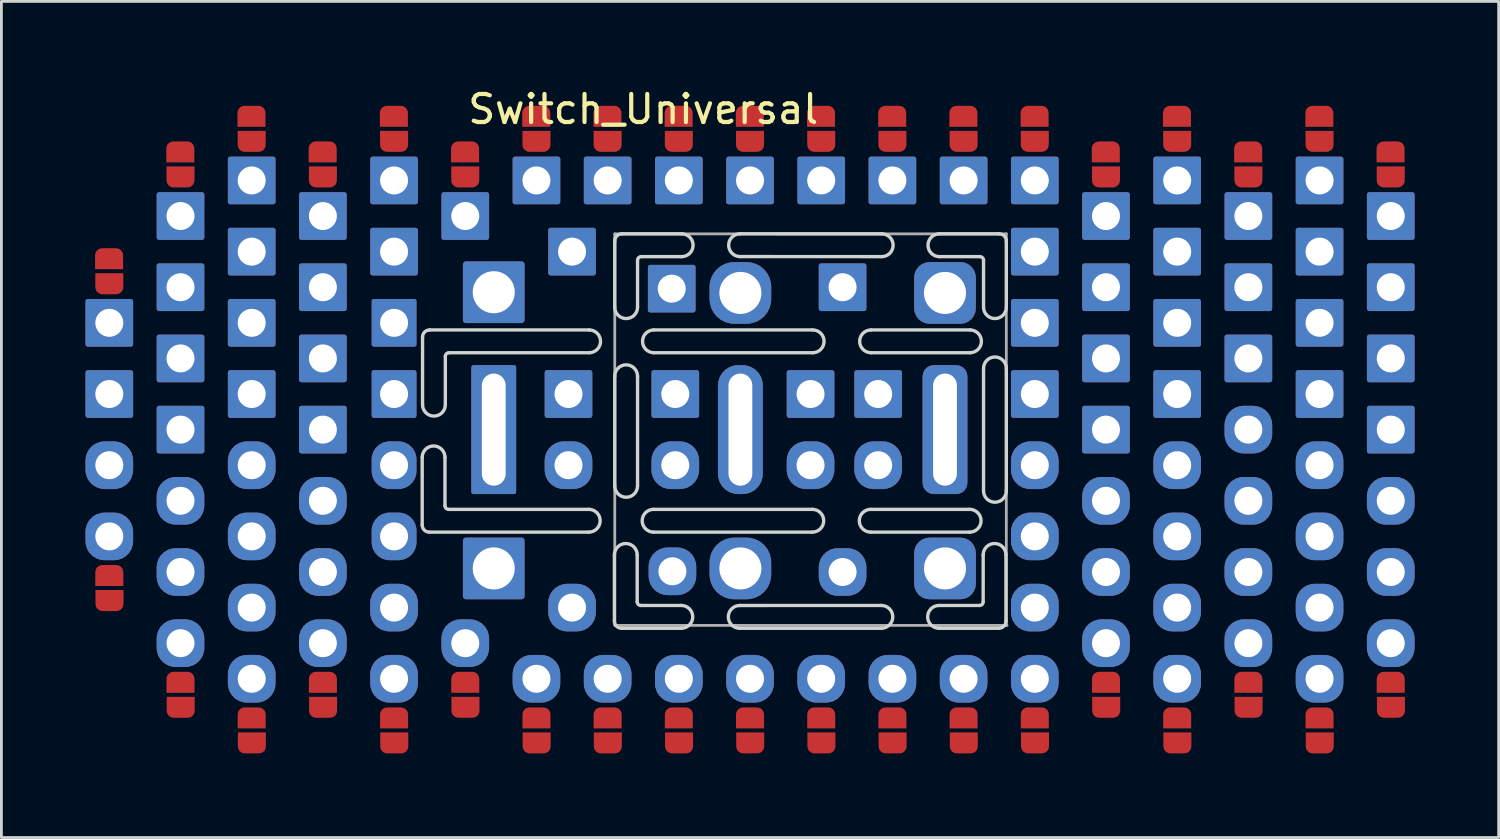
<source format=kicad_pcb>
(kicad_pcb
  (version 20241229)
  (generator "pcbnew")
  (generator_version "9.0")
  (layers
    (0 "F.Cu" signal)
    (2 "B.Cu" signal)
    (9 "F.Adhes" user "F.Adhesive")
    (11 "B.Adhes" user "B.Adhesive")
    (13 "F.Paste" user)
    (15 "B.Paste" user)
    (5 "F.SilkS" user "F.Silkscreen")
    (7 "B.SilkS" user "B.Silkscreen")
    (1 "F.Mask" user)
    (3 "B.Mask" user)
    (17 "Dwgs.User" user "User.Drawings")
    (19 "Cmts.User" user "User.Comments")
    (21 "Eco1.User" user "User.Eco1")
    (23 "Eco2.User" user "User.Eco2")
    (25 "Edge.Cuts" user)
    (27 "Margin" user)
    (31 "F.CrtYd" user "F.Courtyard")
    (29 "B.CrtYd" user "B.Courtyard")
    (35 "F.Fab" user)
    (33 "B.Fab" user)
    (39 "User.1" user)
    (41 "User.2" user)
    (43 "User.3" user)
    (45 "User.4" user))
  (footprint "Switch_Universal"
    (layer "F.Cu")
    (at 18.63 12.278)
    (property "Reference" "Switch_Universal" (at 1.27 -11.43 0) (unlocked yes) (layer "F.SilkS") (effects (font (size 1 1) (thickness 0.15))))
    (attr through_hole)
    (fp_rect (start -18.199 5.842) (end -17.361 5.436) (stroke (width 0.01) (type solid)) (fill yes) (layer "F.Mask"))
    (fp_rect (start -17.361 -5.842) (end -18.199 -5.436) (stroke (width 0.01) (type solid)) (fill yes) (layer "F.Mask"))
    (fp_rect (start -15.659 9.652) (end -14.821 9.246) (stroke (width 0.01) (type solid)) (fill yes) (layer "F.Mask"))
    (fp_rect (start -14.821 -9.652) (end -15.659 -9.246) (stroke (width 0.01) (type solid)) (fill yes) (layer "F.Mask"))
    (fp_rect (start -13.119 10.922) (end -12.281 10.516) (stroke (width 0.01) (type solid)) (fill yes) (layer "F.Mask"))
    (fp_rect (start -12.281 -10.922) (end -13.119 -10.516) (stroke (width 0.01) (type solid)) (fill yes) (layer "F.Mask"))
    (fp_rect (start -10.579 9.652) (end -9.741 9.246) (stroke (width 0.01) (type solid)) (fill yes) (layer "F.Mask"))
    (fp_rect (start -9.741 -9.652) (end -10.579 -9.246) (stroke (width 0.01) (type solid)) (fill yes) (layer "F.Mask"))
    (fp_rect (start -8.039 10.922) (end -7.201 10.516) (stroke (width 0.01) (type solid)) (fill yes) (layer "F.Mask"))
    (fp_rect (start -7.201 -10.922) (end -8.039 -10.516) (stroke (width 0.01) (type solid)) (fill yes) (layer "F.Mask"))
    (fp_rect (start -5.499 9.652) (end -4.661 9.246) (stroke (width 0.01) (type solid)) (fill yes) (layer "F.Mask"))
    (fp_rect (start -4.661 -9.652) (end -5.499 -9.246) (stroke (width 0.01) (type solid)) (fill yes) (layer "F.Mask"))
    (fp_rect (start -2.959 10.922) (end -2.121 10.516) (stroke (width 0.01) (type solid)) (fill yes) (layer "F.Mask"))
    (fp_rect (start -2.121 -10.922) (end -2.959 -10.516) (stroke (width 0.01) (type solid)) (fill yes) (layer "F.Mask"))
    (fp_rect (start -0.419 10.922) (end 0.419 10.516) (stroke (width 0.01) (type solid)) (fill yes) (layer "F.Mask"))
    (fp_rect (start 0.419 -10.922) (end -0.419 -10.516) (stroke (width 0.01) (type solid)) (fill yes) (layer "F.Mask"))
    (fp_rect (start 2.121 10.922) (end 2.959 10.516) (stroke (width 0.01) (type solid)) (fill yes) (layer "F.Mask"))
    (fp_rect (start 2.959 -10.922) (end 2.121 -10.516) (stroke (width 0.01) (type solid)) (fill yes) (layer "F.Mask"))
    (fp_rect (start 4.661 10.922) (end 5.499 10.516) (stroke (width 0.01) (type solid)) (fill yes) (layer "F.Mask"))
    (fp_rect (start 5.499 -10.922) (end 4.661 -10.516) (stroke (width 0.01) (type solid)) (fill yes) (layer "F.Mask"))
    (fp_rect (start 7.201 10.922) (end 8.039 10.516) (stroke (width 0.01) (type solid)) (fill yes) (layer "F.Mask"))
    (fp_rect (start 8.039 -10.922) (end 7.201 -10.516) (stroke (width 0.01) (type solid)) (fill yes) (layer "F.Mask"))
    (fp_rect (start 9.741 10.922) (end 10.579 10.516) (stroke (width 0.01) (type solid)) (fill yes) (layer "F.Mask"))
    (fp_rect (start 10.579 -10.922) (end 9.741 -10.516) (stroke (width 0.01) (type solid)) (fill yes) (layer "F.Mask"))
    (fp_rect (start 12.281 10.922) (end 13.119 10.516) (stroke (width 0.01) (type solid)) (fill yes) (layer "F.Mask"))
    (fp_rect (start 13.119 -10.922) (end 12.281 -10.516) (stroke (width 0.01) (type solid)) (fill yes) (layer "F.Mask"))
    (fp_rect (start 14.821 10.922) (end 15.659 10.516) (stroke (width 0.01) (type solid)) (fill yes) (layer "F.Mask"))
    (fp_rect (start 15.659 -10.922) (end 14.821 -10.516) (stroke (width 0.01) (type solid)) (fill yes) (layer "F.Mask"))
    (fp_rect (start 17.361 9.652) (end 18.199 9.246) (stroke (width 0.01) (type solid)) (fill yes) (layer "F.Mask"))
    (fp_rect (start 18.199 -9.652) (end 17.361 -9.246) (stroke (width 0.01) (type solid)) (fill yes) (layer "F.Mask"))
    (fp_rect (start 19.901 10.922) (end 20.739 10.516) (stroke (width 0.01) (type solid)) (fill yes) (layer "F.Mask"))
    (fp_rect (start 20.739 -10.922) (end 19.901 -10.516) (stroke (width 0.01) (type solid)) (fill yes) (layer "F.Mask"))
    (fp_rect (start 22.441 9.652) (end 23.279 9.246) (stroke (width 0.01) (type solid)) (fill yes) (layer "F.Mask"))
    (fp_rect (start 23.279 -9.652) (end 22.441 -9.246) (stroke (width 0.01) (type solid)) (fill yes) (layer "F.Mask"))
    (fp_rect (start 24.981 10.922) (end 25.819 10.516) (stroke (width 0.01) (type solid)) (fill yes) (layer "F.Mask"))
    (fp_rect (start 25.819 -10.922) (end 24.981 -10.516) (stroke (width 0.01) (type solid)) (fill yes) (layer "F.Mask"))
    (fp_rect (start 27.521 9.652) (end 28.359 9.246) (stroke (width 0.01) (type solid)) (fill yes) (layer "F.Mask"))
    (fp_rect (start 28.359 -9.652) (end 27.521 -9.246) (stroke (width 0.01) (type solid)) (fill yes) (layer "F.Mask"))
    (fp_line (start -6.617 3.404) (end -6.617 0.991) (stroke (width 0.12) (type default)) (layer "Edge.Cuts"))
    (fp_line (start -6.604 -3.302) (end -6.604 -0.889) (stroke (width 0.12) (type default)) (layer "Edge.Cuts"))
    (fp_line (start -5.804 2.718) (end -5.804 0.991) (stroke (width 0.12) (type default)) (layer "Edge.Cuts"))
    (fp_line (start -5.791 -2.616) (end -5.791 -0.889) (stroke (width 0.12) (type default)) (layer "Edge.Cuts"))
    (fp_line (start -0.673 2.845) (end -5.677 2.845) (stroke (width 0.12) (type default)) (layer "Edge.Cuts"))
    (fp_line (start -0.673 3.658) (end -6.363 3.658) (stroke (width 0.12) (type default)) (layer "Edge.Cuts"))
    (fp_line (start -0.66 -3.556) (end -6.35 -3.556) (stroke (width 0.12) (type default)) (layer "Edge.Cuts"))
    (fp_line (start -0.66 -2.743) (end -5.664 -2.743) (stroke (width 0.12) (type default)) (layer "Edge.Cuts"))
    (fp_line (start 0.241 6.833) (end 0.241 4.47) (stroke (width 0.12) (type default)) (layer "Edge.Cuts"))
    (fp_line (start 0.254 -6.731) (end 0.254 -4.369) (stroke (width 0.12) (type default)) (layer "Edge.Cuts"))
    (fp_line (start 0.254 -1.905) (end 0.254 2.007) (stroke (width 0.12) (type default)) (layer "Edge.Cuts"))
    (fp_line (start 1.054 6.147) (end 1.054 4.47) (stroke (width 0.12) (type default)) (layer "Edge.Cuts"))
    (fp_line (start 1.067 -6.045) (end 1.067 -4.369) (stroke (width 0.12) (type default)) (layer "Edge.Cuts"))
    (fp_line (start 1.067 -1.905) (end 1.067 2.007) (stroke (width 0.12) (type default)) (layer "Edge.Cuts"))
    (fp_line (start 1.638 2.845) (end 7.303 2.845) (stroke (width 0.12) (type default)) (layer "Edge.Cuts"))
    (fp_line (start 1.638 3.658) (end 7.303 3.658) (stroke (width 0.12) (type default)) (layer "Edge.Cuts"))
    (fp_line (start 1.651 -3.556) (end 7.315 -3.556) (stroke (width 0.12) (type default)) (layer "Edge.Cuts"))
    (fp_line (start 1.651 -2.743) (end 7.315 -2.743) (stroke (width 0.12) (type default)) (layer "Edge.Cuts"))
    (fp_line (start 2.629 6.274) (end 1.181 6.274) (stroke (width 0.12) (type default)) (layer "Edge.Cuts"))
    (fp_line (start 2.629 7.087) (end 0.495 7.087) (stroke (width 0.12) (type default)) (layer "Edge.Cuts"))
    (fp_line (start 2.642 -6.985) (end 0.508 -6.985) (stroke (width 0.12) (type default)) (layer "Edge.Cuts"))
    (fp_line (start 2.642 -6.172) (end 1.194 -6.172) (stroke (width 0.12) (type default)) (layer "Edge.Cuts"))
    (fp_line (start 4.712 6.275) (end 9.766 6.274) (stroke (width 0.12) (type default)) (layer "Edge.Cuts"))
    (fp_line (start 4.712 7.088) (end 9.766 7.087) (stroke (width 0.12) (type default)) (layer "Edge.Cuts"))
    (fp_line (start 4.724 -6.986) (end 9.779 -6.985) (stroke (width 0.12) (type default)) (layer "Edge.Cuts"))
    (fp_line (start 4.724 -6.174) (end 9.779 -6.172) (stroke (width 0.12) (type default)) (layer "Edge.Cuts"))
    (fp_line (start 9.385 2.845) (end 12.916 2.845) (stroke (width 0.12) (type default)) (layer "Edge.Cuts"))
    (fp_line (start 9.385 3.658) (end 12.916 3.658) (stroke (width 0.12) (type default)) (layer "Edge.Cuts"))
    (fp_line (start 9.398 -3.556) (end 12.929 -3.556) (stroke (width 0.12) (type default)) (layer "Edge.Cuts"))
    (fp_line (start 9.398 -2.743) (end 12.929 -2.743) (stroke (width 0.12) (type default)) (layer "Edge.Cuts"))
    (fp_line (start 11.824 -6.172) (end 13.284 -6.172) (stroke (width 0.12) (type default)) (layer "Edge.Cuts"))
    (fp_line (start 11.824 6.274) (end 13.271 6.274) (stroke (width 0.12) (type default)) (layer "Edge.Cuts"))
    (fp_line (start 11.824 7.087) (end 13.957 7.087) (stroke (width 0.12) (type default)) (layer "Edge.Cuts"))
    (fp_line (start 11.836 -6.985) (end 13.97 -6.985) (stroke (width 0.12) (type default)) (layer "Edge.Cuts"))
    (fp_line (start 13.398 6.147) (end 13.399 4.47) (stroke (width 0.12) (type default)) (layer "Edge.Cuts"))
    (fp_line (start 13.411 -6.045) (end 13.411 -4.369) (stroke (width 0.12) (type default)) (layer "Edge.Cuts"))
    (fp_line (start 13.411 2.184) (end 13.411 -2.184) (stroke (width 0.12) (type default)) (layer "Edge.Cuts"))
    (fp_line (start 14.211 6.833) (end 14.211 4.47) (stroke (width 0.12) (type default)) (layer "Edge.Cuts"))
    (fp_line (start 14.224 -6.731) (end 14.224 -4.369) (stroke (width 0.12) (type default)) (layer "Edge.Cuts"))
    (fp_line (start 14.224 2.184) (end 14.224 -2.184) (stroke (width 0.12) (type default)) (layer "Edge.Cuts"))
    (fp_arc (start -6.6167 0.9906) (mid -6.2103 0.5842) (end -5.8039 0.9906) (stroke (width 0.12) (type default)) (layer "Edge.Cuts"))
    (fp_arc (start -6.604 -3.302) (mid -6.529605 -3.481605) (end -6.35 -3.556) (stroke (width 0.12) (type default)) (layer "Edge.Cuts"))
    (fp_arc (start -6.3627 3.6576) (mid -6.542305 3.583205) (end -6.6167 3.4036) (stroke (width 0.12) (type default)) (layer "Edge.Cuts"))
    (fp_arc (start -5.7912 -0.889) (mid -6.1976 -0.4826) (end -6.604 -0.889) (stroke (width 0.12) (type default)) (layer "Edge.Cuts"))
    (fp_arc (start -5.791199 -2.616199) (mid -5.754002 -2.706002) (end -5.664199 -2.743199) (stroke (width 0.12) (type default)) (layer "Edge.Cuts"))
    (fp_arc (start -5.676899 2.844799) (mid -5.766702 2.807602) (end -5.803899 2.717799) (stroke (width 0.12) (type default)) (layer "Edge.Cuts"))
    (fp_arc (start -0.6731 2.8448) (mid -0.2667 3.2512) (end -0.6731 3.6576) (stroke (width 0.12) (type default)) (layer "Edge.Cuts"))
    (fp_arc (start -0.6604 -3.556) (mid -0.254 -3.1496) (end -0.6604 -2.7432) (stroke (width 0.12) (type default)) (layer "Edge.Cuts"))
    (fp_arc (start 0.2413 4.4704) (mid 0.6477 4.064) (end 1.0541 4.4704) (stroke (width 0.12) (type default)) (layer "Edge.Cuts"))
    (fp_arc (start 0.254 -6.731) (mid 0.328395 -6.910605) (end 0.508 -6.985) (stroke (width 0.12) (type default)) (layer "Edge.Cuts"))
    (fp_arc (start 0.254 -1.905) (mid 0.6604 -2.3114) (end 1.0668 -1.905) (stroke (width 0.12) (type default)) (layer "Edge.Cuts"))
    (fp_arc (start 0.4953 7.0866) (mid 0.315695 7.012205) (end 0.2413 6.8326) (stroke (width 0.12) (type default)) (layer "Edge.Cuts"))
    (fp_arc (start 1.0668 -6.0452) (mid 1.103998 -6.135003) (end 1.193802 -6.1722) (stroke (width 0.12) (type default)) (layer "Edge.Cuts"))
    (fp_arc (start 1.0668 -4.3688) (mid 0.6604 -3.9624) (end 0.254 -4.3688) (stroke (width 0.12) (type default)) (layer "Edge.Cuts"))
    (fp_arc (start 1.0668 2.0066) (mid 0.6604 2.413) (end 0.254 2.0066) (stroke (width 0.12) (type default)) (layer "Edge.Cuts"))
    (fp_arc (start 1.181102 6.273798) (mid 1.0913 6.236602) (end 1.054102 6.1468) (stroke (width 0.12) (type default)) (layer "Edge.Cuts"))
    (fp_arc (start 1.6383 3.6576) (mid 1.2319 3.2512) (end 1.6383 2.8448) (stroke (width 0.12) (type default)) (layer "Edge.Cuts"))
    (fp_arc (start 1.651 -2.7432) (mid 1.2446 -3.1496) (end 1.651 -3.556) (stroke (width 0.12) (type default)) (layer "Edge.Cuts"))
    (fp_arc (start 2.6289 6.2738) (mid 3.0353 6.6802) (end 2.6289 7.0866) (stroke (width 0.12) (type default)) (layer "Edge.Cuts"))
    (fp_arc (start 2.6416 -6.985) (mid 3.048 -6.5786) (end 2.6416 -6.1722) (stroke (width 0.12) (type default)) (layer "Edge.Cuts"))
    (fp_arc (start 4.7117 7.088) (mid 4.3053 6.6816) (end 4.7117 6.2752) (stroke (width 0.12) (type default)) (layer "Edge.Cuts"))
    (fp_arc (start 4.7244 -6.1736) (mid 4.318 -6.58) (end 4.7244 -6.9864) (stroke (width 0.12) (type default)) (layer "Edge.Cuts"))
    (fp_arc (start 7.3025 2.8448) (mid 7.7089 3.2512) (end 7.3025 3.6576) (stroke (width 0.12) (type default)) (layer "Edge.Cuts"))
    (fp_arc (start 7.3152 -3.556) (mid 7.7216 -3.1496) (end 7.3152 -2.7432) (stroke (width 0.12) (type default)) (layer "Edge.Cuts"))
    (fp_arc (start 9.3853 3.6576) (mid 8.9789 3.2512) (end 9.3853 2.8448) (stroke (width 0.12) (type default)) (layer "Edge.Cuts"))
    (fp_arc (start 9.398 -2.7432) (mid 8.9916 -3.1496) (end 9.398 -3.556) (stroke (width 0.12) (type default)) (layer "Edge.Cuts"))
    (fp_arc (start 9.7663 6.2738) (mid 10.1727 6.6802) (end 9.7663 7.0866) (stroke (width 0.12) (type default)) (layer "Edge.Cuts"))
    (fp_arc (start 9.779 -6.985) (mid 10.1854 -6.5786) (end 9.779 -6.1722) (stroke (width 0.12) (type default)) (layer "Edge.Cuts"))
    (fp_arc (start 11.8237 -6.1722) (mid 11.429851 -6.584951) (end 11.8364 -6.985198) (stroke (width 0.12) (type default)) (layer "Edge.Cuts"))
    (fp_arc (start 11.8237 7.0866) (mid 11.4173 6.6802) (end 11.8237 6.2738) (stroke (width 0.12) (type default)) (layer "Edge.Cuts"))
    (fp_arc (start 12.9159 2.8448) (mid 13.3223 3.2512) (end 12.9159 3.6576) (stroke (width 0.12) (type default)) (layer "Edge.Cuts"))
    (fp_arc (start 12.9286 -3.556) (mid 13.335 -3.1496) (end 12.9286 -2.7432) (stroke (width 0.12) (type default)) (layer "Edge.Cuts"))
    (fp_arc (start 13.284198 -6.1722) (mid 13.374002 -6.135003) (end 13.4112 -6.0452) (stroke (width 0.12) (type default)) (layer "Edge.Cuts"))
    (fp_arc (start 13.3985 4.4704) (mid 13.8049 4.064) (end 14.2113 4.4704) (stroke (width 0.12) (type default)) (layer "Edge.Cuts"))
    (fp_arc (start 13.3985 6.1468) (mid 13.361302 6.236603) (end 13.271498 6.2738) (stroke (width 0.12) (type default)) (layer "Edge.Cuts"))
    (fp_arc (start 13.4112 -2.1844) (mid 13.8176 -2.5908) (end 14.224 -2.1844) (stroke (width 0.12) (type default)) (layer "Edge.Cuts"))
    (fp_arc (start 13.97 -6.985) (mid 14.149605 -6.910605) (end 14.224 -6.731) (stroke (width 0.12) (type default)) (layer "Edge.Cuts"))
    (fp_arc (start 14.2113 6.8326) (mid 14.136905 7.012205) (end 13.9573 7.0866) (stroke (width 0.12) (type default)) (layer "Edge.Cuts"))
    (fp_arc (start 14.224 -4.3688) (mid 13.8176 -3.9624) (end 13.4112 -4.3688) (stroke (width 0.12) (type default)) (layer "Edge.Cuts"))
    (fp_arc (start 14.224 2.1844) (mid 13.8176 2.5908) (end 13.4112 2.1844) (stroke (width 0.12) (type default)) (layer "Edge.Cuts"))
    (fp_line (start 0.254 -6.985) (end 0.254 6.985) (stroke (width 0.1) (type solid)) (layer "F.Fab"))
    (fp_line (start 0.254 -6.985) (end 14.224 -6.985) (stroke (width 0.1) (type solid)) (layer "F.Fab"))
    (fp_line (start 14.224 -6.985) (end 14.224 6.985) (stroke (width 0.1) (type solid)) (layer "F.Fab"))
    (fp_line (start 14.249 6.985) (end 0.279 6.985) (stroke (width 0.1) (type solid)) (layer "F.Fab"))
    (pad "1" smd custom (at -17.787 -6.223 270) (size 0.5 0.5) (layers "F.Cu" "F.Mask") (options (anchor rect)) (primitives (gr_circle (center 0 0.25) (end 0.25 0.25) (width 0) (fill yes)) (gr_circle (center 0 -0.25) (end 0.25 -0.25) (width 0) (fill yes)) (gr_poly (pts (xy 0.5 0.5) (xy 0 0.5) (xy 0 -0.5) (xy 0.5 -0.5)) (width 0) (fill yes))))
    (pad "1" smd custom (at -17.78 -5.08 90) (size 0.5 0.5) (layers "F.Cu" "F.Mask") (options (anchor rect)) (primitives (gr_circle (center 0 0.25) (end 0.25 0.25) (width 0) (fill yes)) (gr_circle (center 0 -0.25) (end 0.25 -0.25) (width 0) (fill yes)) (gr_poly (pts (xy 0.5 0.5) (xy 0 0.5) (xy 0 -0.5) (xy 0.5 -0.5)) (width 0) (fill yes))))
    (pad "1" thru_hole roundrect (at -17.78 -3.81) (size 1.7 1.7) (drill 1) (layers "*.Cu" "*.Mask") (roundrect_rratio 0.05))
    (pad "1" thru_hole roundrect (at -17.78 -1.27) (size 1.7 1.7) (drill 1) (layers "*.Cu" "*.Mask") (roundrect_rratio 0.05))
    (pad "1" smd custom (at -15.247 -10.033 270) (size 0.5 0.5) (layers "F.Cu" "F.Mask") (options (anchor rect)) (primitives (gr_circle (center 0 0.25) (end 0.25 0.25) (width 0) (fill yes)) (gr_circle (center 0 -0.25) (end 0.25 -0.25) (width 0) (fill yes)) (gr_poly (pts (xy 0.5 0.5) (xy 0 0.5) (xy 0 -0.5) (xy 0.5 -0.5)) (width 0) (fill yes))))
    (pad "1" smd custom (at -15.24 -8.89 90) (size 0.5 0.5) (layers "F.Cu" "F.Mask") (options (anchor rect)) (primitives (gr_circle (center 0 0.25) (end 0.25 0.25) (width 0) (fill yes)) (gr_circle (center 0 -0.25) (end 0.25 -0.25) (width 0) (fill yes)) (gr_poly (pts (xy 0.5 0.5) (xy 0 0.5) (xy 0 -0.5) (xy 0.5 -0.5)) (width 0) (fill yes))))
    (pad "1" thru_hole roundrect (at -15.24 -7.62) (size 1.7 1.7) (drill 1) (layers "*.Cu" "*.Mask") (roundrect_rratio 0.05))
    (pad "1" thru_hole roundrect (at -15.24 -5.08) (size 1.7 1.7) (drill 1) (layers "*.Cu" "*.Mask") (roundrect_rratio 0.05))
    (pad "1" thru_hole roundrect (at -15.24 -2.54) (size 1.7 1.7) (drill 1) (layers "*.Cu" "*.Mask") (roundrect_rratio 0.05))
    (pad "1" thru_hole roundrect (at -15.24 0) (size 1.7 1.7) (drill 1) (layers "*.Cu" "*.Mask") (roundrect_rratio 0.05))
    (pad "1" smd custom (at -12.707 -11.303 270) (size 0.5 0.5) (layers "F.Cu" "F.Mask") (options (anchor rect)) (primitives (gr_circle (center 0 0.25) (end 0.25 0.25) (width 0) (fill yes)) (gr_circle (center 0 -0.25) (end 0.25 -0.25) (width 0) (fill yes)) (gr_poly (pts (xy 0.5 0.5) (xy 0 0.5) (xy 0 -0.5) (xy 0.5 -0.5)) (width 0) (fill yes))))
    (pad "1" smd custom (at -12.7 -10.16 90) (size 0.5 0.5) (layers "F.Cu" "F.Mask") (options (anchor rect)) (primitives (gr_circle (center 0 0.25) (end 0.25 0.25) (width 0) (fill yes)) (gr_circle (center 0 -0.25) (end 0.25 -0.25) (width 0) (fill yes)) (gr_poly (pts (xy 0.5 0.5) (xy 0 0.5) (xy 0 -0.5) (xy 0.5 -0.5)) (width 0) (fill yes))))
    (pad "1" thru_hole roundrect (at -12.7 -8.89) (size 1.7 1.7) (drill 1) (layers "*.Cu" "*.Mask") (roundrect_rratio 0.05))
    (pad "1" thru_hole roundrect (at -12.7 -6.35) (size 1.7 1.7) (drill 1) (layers "*.Cu" "*.Mask") (roundrect_rratio 0.05))
    (pad "1" thru_hole roundrect (at -12.7 -3.81) (size 1.7 1.7) (drill 1) (layers "*.Cu" "*.Mask") (roundrect_rratio 0.05))
    (pad "1" thru_hole roundrect (at -12.7 -1.27) (size 1.7 1.7) (drill 1) (layers "*.Cu" "*.Mask") (roundrect_rratio 0.05))
    (pad "1" smd custom (at -10.167 -10.033 270) (size 0.5 0.5) (layers "F.Cu" "F.Mask") (options (anchor rect)) (primitives (gr_circle (center 0 0.25) (end 0.25 0.25) (width 0) (fill yes)) (gr_circle (center 0 -0.25) (end 0.25 -0.25) (width 0) (fill yes)) (gr_poly (pts (xy 0.5 0.5) (xy 0 0.5) (xy 0 -0.5) (xy 0.5 -0.5)) (width 0) (fill yes))))
    (pad "1" smd custom (at -10.16 -8.89 90) (size 0.5 0.5) (layers "F.Cu" "F.Mask") (options (anchor rect)) (primitives (gr_circle (center 0 0.25) (end 0.25 0.25) (width 0) (fill yes)) (gr_circle (center 0 -0.25) (end 0.25 -0.25) (width 0) (fill yes)) (gr_poly (pts (xy 0.5 0.5) (xy 0 0.5) (xy 0 -0.5) (xy 0.5 -0.5)) (width 0) (fill yes))))
    (pad "1" thru_hole roundrect (at -10.16 -7.62) (size 1.7 1.7) (drill 1) (layers "*.Cu" "*.Mask") (roundrect_rratio 0.05))
    (pad "1" thru_hole roundrect (at -10.16 -5.08) (size 1.7 1.7) (drill 1) (layers "*.Cu" "*.Mask") (roundrect_rratio 0.05))
    (pad "1" thru_hole roundrect (at -10.16 -2.54) (size 1.7 1.7) (drill 1) (layers "*.Cu" "*.Mask") (roundrect_rratio 0.05))
    (pad "1" thru_hole roundrect (at -10.16 0) (size 1.7 1.7) (drill 1) (layers "*.Cu" "*.Mask") (roundrect_rratio 0.05))
    (pad "1" smd custom (at -7.627 -11.303 270) (size 0.5 0.5) (layers "F.Cu" "F.Mask") (options (anchor rect)) (primitives (gr_circle (center 0 0.25) (end 0.25 0.25) (width 0) (fill yes)) (gr_circle (center 0 -0.25) (end 0.25 -0.25) (width 0) (fill yes)) (gr_poly (pts (xy 0.5 0.5) (xy 0 0.5) (xy 0 -0.5) (xy 0.5 -0.5)) (width 0) (fill yes))))
    (pad "1" smd custom (at -7.62 -10.16 90) (size 0.5 0.5) (layers "F.Cu" "F.Mask") (options (anchor rect)) (primitives (gr_circle (center 0 0.25) (end 0.25 0.25) (width 0) (fill yes)) (gr_circle (center 0 -0.25) (end 0.25 -0.25) (width 0) (fill yes)) (gr_poly (pts (xy 0.5 0.5) (xy 0 0.5) (xy 0 -0.5) (xy 0.5 -0.5)) (width 0) (fill yes))))
    (pad "1" thru_hole roundrect (at -7.62 -8.89) (size 1.7 1.7) (drill 1) (layers "*.Cu" "*.Mask") (roundrect_rratio 0.05))
    (pad "1" thru_hole roundrect (at -7.62 -6.35) (size 1.7 1.7) (drill 1) (layers "*.Cu" "*.Mask") (roundrect_rratio 0.05))
    (pad "1" thru_hole roundrect (at -7.62 -3.81) (size 1.6 1.7) (drill 1) (layers "*.Cu" "*.Mask") (roundrect_rratio 0.05))
    (pad "1" thru_hole roundrect (at -7.62 -1.27) (size 1.6 1.7) (drill 1) (layers "*.Cu" "*.Mask") (roundrect_rratio 0.05))
    (pad "1" smd custom (at -5.087 -10.033 270) (size 0.5 0.5) (layers "F.Cu" "F.Mask") (options (anchor rect)) (primitives (gr_circle (center 0 0.25) (end 0.25 0.25) (width 0) (fill yes)) (gr_circle (center 0 -0.25) (end 0.25 -0.25) (width 0) (fill yes)) (gr_poly (pts (xy 0.5 0.5) (xy 0 0.5) (xy 0 -0.5) (xy 0.5 -0.5)) (width 0) (fill yes))))
    (pad "1" smd custom (at -5.08 -8.89 90) (size 0.5 0.5) (layers "F.Cu" "F.Mask") (options (anchor rect)) (primitives (gr_circle (center 0 0.25) (end 0.25 0.25) (width 0) (fill yes)) (gr_circle (center 0 -0.25) (end 0.25 -0.25) (width 0) (fill yes)) (gr_poly (pts (xy 0.5 0.5) (xy 0 0.5) (xy 0 -0.5) (xy 0.5 -0.5)) (width 0) (fill yes))))
    (pad "1" thru_hole roundrect (at -5.08 -7.62) (size 1.7 1.7) (drill 1) (layers "*.Cu" "*.Mask") (roundrect_rratio 0.05))
    (pad "1" thru_hole roundrect (at -4.064 -4.902) (size 2.2 2.2) (drill 1.5) (layers "*.Cu" "*.Mask") (roundrect_rratio 0.05))
    (pad "1" thru_hole roundrect (at -4.064 0) (size 1.6 4.6) (drill oval 0.85 4) (layers "*.Cu" "*.Mask") (roundrect_rratio 0.05))
    (pad "1" thru_hole roundrect (at -4.064 4.953) (size 2.2 2.2) (drill 1.5) (layers "*.Cu" "*.Mask") (roundrect_rratio 0.05))
    (pad "1" smd custom (at -2.547 -11.303 270) (size 0.5 0.5) (layers "F.Cu" "F.Mask") (options (anchor rect)) (primitives (gr_circle (center 0 0.25) (end 0.25 0.25) (width 0) (fill yes)) (gr_circle (center 0 -0.25) (end 0.25 -0.25) (width 0) (fill yes)) (gr_poly (pts (xy 0.5 0.5) (xy 0 0.5) (xy 0 -0.5) (xy 0.5 -0.5)) (width 0) (fill yes))))
    (pad "1" smd custom (at -2.54 -10.16 90) (size 0.5 0.5) (layers "F.Cu" "F.Mask") (options (anchor rect)) (primitives (gr_circle (center 0 0.25) (end 0.25 0.25) (width 0) (fill yes)) (gr_circle (center 0 -0.25) (end 0.25 -0.25) (width 0) (fill yes)) (gr_poly (pts (xy 0.5 0.5) (xy 0 0.5) (xy 0 -0.5) (xy 0.5 -0.5)) (width 0) (fill yes))))
    (pad "1" thru_hole roundrect (at -2.54 -8.89) (size 1.7 1.7) (drill 1) (layers "*.Cu" "*.Mask") (roundrect_rratio 0.05))
    (pad "1" thru_hole roundrect (at -1.397 -1.27) (size 1.7 1.7) (drill 1) (layers "*.Cu" "*.Mask") (roundrect_rratio 0.05))
    (pad "1" thru_hole roundrect (at -1.27 -6.35) (size 1.7 1.7) (drill 1) (layers "*.Cu" "*.Mask") (roundrect_rratio 0.05))
    (pad "1" smd custom (at -0.007 -11.303 270) (size 0.5 0.5) (layers "F.Cu" "F.Mask") (options (anchor rect)) (primitives (gr_circle (center 0 0.25) (end 0.25 0.25) (width 0) (fill yes)) (gr_circle (center 0 -0.25) (end 0.25 -0.25) (width 0) (fill yes)) (gr_poly (pts (xy 0.5 0.5) (xy 0 0.5) (xy 0 -0.5) (xy 0.5 -0.5)) (width 0) (fill yes))))
    (pad "1" smd custom (at 0 -10.16 90) (size 0.5 0.5) (layers "F.Cu" "F.Mask") (options (anchor rect)) (primitives (gr_circle (center 0 0.25) (end 0.25 0.25) (width 0) (fill yes)) (gr_circle (center 0 -0.25) (end 0.25 -0.25) (width 0) (fill yes)) (gr_poly (pts (xy 0.5 0.5) (xy 0 0.5) (xy 0 -0.5) (xy 0.5 -0.5)) (width 0) (fill yes))))
    (pad "1" thru_hole roundrect (at 0 -8.89) (size 1.7 1.7) (drill 1) (layers "*.Cu" "*.Mask") (roundrect_rratio 0.05))
    (pad "1" thru_hole roundrect (at 2.286 -5.029) (size 1.7 1.7) (drill 1) (layers "*.Cu" "*.Mask") (roundrect_rratio 0.05))
    (pad "1" thru_hole roundrect (at 2.413 -1.27) (size 1.7 1.7) (drill 1) (layers "*.Cu" "*.Mask") (roundrect_rratio 0.05))
    (pad "1" smd custom (at 2.533 -11.303 270) (size 0.5 0.5) (layers "F.Cu" "F.Mask") (options (anchor rect)) (primitives (gr_circle (center 0 0.25) (end 0.25 0.25) (width 0) (fill yes)) (gr_circle (center 0 -0.25) (end 0.25 -0.25) (width 0) (fill yes)) (gr_poly (pts (xy 0.5 0.5) (xy 0 0.5) (xy 0 -0.5) (xy 0.5 -0.5)) (width 0) (fill yes))))
    (pad "1" smd custom (at 2.54 -10.16 90) (size 0.5 0.5) (layers "F.Cu" "F.Mask") (options (anchor rect)) (primitives (gr_circle (center 0 0.25) (end 0.25 0.25) (width 0) (fill yes)) (gr_circle (center 0 -0.25) (end 0.25 -0.25) (width 0) (fill yes)) (gr_poly (pts (xy 0.5 0.5) (xy 0 0.5) (xy 0 -0.5) (xy 0.5 -0.5)) (width 0) (fill yes))))
    (pad "1" thru_hole roundrect (at 2.54 -8.89) (size 1.7 1.7) (drill 1) (layers "*.Cu" "*.Mask") (roundrect_rratio 0.05))
    (pad "1" smd custom (at 5.073 -11.303 270) (size 0.5 0.5) (layers "F.Cu" "F.Mask") (options (anchor rect)) (primitives (gr_circle (center 0 0.25) (end 0.25 0.25) (width 0) (fill yes)) (gr_circle (center 0 -0.25) (end 0.25 -0.25) (width 0) (fill yes)) (gr_poly (pts (xy 0.5 0.5) (xy 0 0.5) (xy 0 -0.5) (xy 0.5 -0.5)) (width 0) (fill yes))))
    (pad "1" smd custom (at 5.08 -10.16 90) (size 0.5 0.5) (layers "F.Cu" "F.Mask") (options (anchor rect)) (primitives (gr_circle (center 0 0.25) (end 0.25 0.25) (width 0) (fill yes)) (gr_circle (center 0 -0.25) (end 0.25 -0.25) (width 0) (fill yes)) (gr_poly (pts (xy 0.5 0.5) (xy 0 0.5) (xy 0 -0.5) (xy 0.5 -0.5)) (width 0) (fill yes))))
    (pad "1" thru_hole roundrect (at 5.08 -8.89) (size 1.7 1.7) (drill 1) (layers "*.Cu" "*.Mask") (roundrect_rratio 0.05))
    (pad "1" thru_hole roundrect (at 7.239 -1.27) (size 1.7 1.7) (drill 1) (layers "*.Cu" "*.Mask") (roundrect_rratio 0.05))
    (pad "1" smd custom (at 7.613 -11.303 270) (size 0.5 0.5) (layers "F.Cu" "F.Mask") (options (anchor rect)) (primitives (gr_circle (center 0 0.25) (end 0.25 0.25) (width 0) (fill yes)) (gr_circle (center 0 -0.25) (end 0.25 -0.25) (width 0) (fill yes)) (gr_poly (pts (xy 0.5 0.5) (xy 0 0.5) (xy 0 -0.5) (xy 0.5 -0.5)) (width 0) (fill yes))))
    (pad "1" smd custom (at 7.62 -10.16 90) (size 0.5 0.5) (layers "F.Cu" "F.Mask") (options (anchor rect)) (primitives (gr_circle (center 0 0.25) (end 0.25 0.25) (width 0) (fill yes)) (gr_circle (center 0 -0.25) (end 0.25 -0.25) (width 0) (fill yes)) (gr_poly (pts (xy 0.5 0.5) (xy 0 0.5) (xy 0 -0.5) (xy 0.5 -0.5)) (width 0) (fill yes))))
    (pad "1" thru_hole roundrect (at 7.62 -8.89) (size 1.7 1.7) (drill 1) (layers "*.Cu" "*.Mask") (roundrect_rratio 0.05))
    (pad "1" thru_hole roundrect (at 8.382 -5.08) (size 1.7 1.7) (drill 1) (layers "*.Cu" "*.Mask") (roundrect_rratio 0.05))
    (pad "1" thru_hole roundrect (at 9.652 -1.27) (size 1.7 1.7) (drill 1) (layers "*.Cu" "*.Mask") (roundrect_rratio 0.05))
    (pad "1" smd custom (at 10.153 -11.303 270) (size 0.5 0.5) (layers "F.Cu" "F.Mask") (options (anchor rect)) (primitives (gr_circle (center 0 0.25) (end 0.25 0.25) (width 0) (fill yes)) (gr_circle (center 0 -0.25) (end 0.25 -0.25) (width 0) (fill yes)) (gr_poly (pts (xy 0.5 0.5) (xy 0 0.5) (xy 0 -0.5) (xy 0.5 -0.5)) (width 0) (fill yes))))
    (pad "1" smd custom (at 10.16 -10.16 90) (size 0.5 0.5) (layers "F.Cu" "F.Mask") (options (anchor rect)) (primitives (gr_circle (center 0 0.25) (end 0.25 0.25) (width 0) (fill yes)) (gr_circle (center 0 -0.25) (end 0.25 -0.25) (width 0) (fill yes)) (gr_poly (pts (xy 0.5 0.5) (xy 0 0.5) (xy 0 -0.5) (xy 0.5 -0.5)) (width 0) (fill yes))))
    (pad "1" thru_hole roundrect (at 10.16 -8.89) (size 1.7 1.7) (drill 1) (layers "*.Cu" "*.Mask") (roundrect_rratio 0.05))
    (pad "1" smd custom (at 12.693 -11.303 270) (size 0.5 0.5) (layers "F.Cu" "F.Mask") (options (anchor rect)) (primitives (gr_circle (center 0 0.25) (end 0.25 0.25) (width 0) (fill yes)) (gr_circle (center 0 -0.25) (end 0.25 -0.25) (width 0) (fill yes)) (gr_poly (pts (xy 0.5 0.5) (xy 0 0.5) (xy 0 -0.5) (xy 0.5 -0.5)) (width 0) (fill yes))))
    (pad "1" smd custom (at 12.7 -10.16 90) (size 0.5 0.5) (layers "F.Cu" "F.Mask") (options (anchor rect)) (primitives (gr_circle (center 0 0.25) (end 0.25 0.25) (width 0) (fill yes)) (gr_circle (center 0 -0.25) (end 0.25 -0.25) (width 0) (fill yes)) (gr_poly (pts (xy 0.5 0.5) (xy 0 0.5) (xy 0 -0.5) (xy 0.5 -0.5)) (width 0) (fill yes))))
    (pad "1" thru_hole roundrect (at 12.7 -8.89) (size 1.7 1.7) (drill 1) (layers "*.Cu" "*.Mask") (roundrect_rratio 0.05))
    (pad "1" smd custom (at 15.233 -11.303 270) (size 0.5 0.5) (layers "F.Cu" "F.Mask") (options (anchor rect)) (primitives (gr_circle (center 0 0.25) (end 0.25 0.25) (width 0) (fill yes)) (gr_circle (center 0 -0.25) (end 0.25 -0.25) (width 0) (fill yes)) (gr_poly (pts (xy 0.5 0.5) (xy 0 0.5) (xy 0 -0.5) (xy 0.5 -0.5)) (width 0) (fill yes))))
    (pad "1" smd custom (at 15.24 -10.16 90) (size 0.5 0.5) (layers "F.Cu" "F.Mask") (options (anchor rect)) (primitives (gr_circle (center 0 0.25) (end 0.25 0.25) (width 0) (fill yes)) (gr_circle (center 0 -0.25) (end 0.25 -0.25) (width 0) (fill yes)) (gr_poly (pts (xy 0.5 0.5) (xy 0 0.5) (xy 0 -0.5) (xy 0.5 -0.5)) (width 0) (fill yes))))
    (pad "1" thru_hole roundrect (at 15.24 -8.89) (size 1.7 1.7) (drill 1) (layers "*.Cu" "*.Mask") (roundrect_rratio 0.05))
    (pad "1" thru_hole roundrect (at 15.24 -6.35) (size 1.7 1.7) (drill 1) (layers "*.Cu" "*.Mask") (roundrect_rratio 0.05))
    (pad "1" thru_hole roundrect (at 15.24 -3.81) (size 1.7 1.7) (drill 1) (layers "*.Cu" "*.Mask") (roundrect_rratio 0.05))
    (pad "1" thru_hole roundrect (at 15.24 -1.27) (size 1.7 1.7) (drill 1) (layers "*.Cu" "*.Mask") (roundrect_rratio 0.05))
    (pad "1" smd custom (at 17.773 -10.033 270) (size 0.5 0.5) (layers "F.Cu" "F.Mask") (options (anchor rect)) (primitives (gr_circle (center 0 0.25) (end 0.25 0.25) (width 0) (fill yes)) (gr_circle (center 0 -0.25) (end 0.25 -0.25) (width 0) (fill yes)) (gr_poly (pts (xy 0.5 0.5) (xy 0 0.5) (xy 0 -0.5) (xy 0.5 -0.5)) (width 0) (fill yes))))
    (pad "1" smd custom (at 17.78 -8.89 90) (size 0.5 0.5) (layers "F.Cu" "F.Mask") (options (anchor rect)) (primitives (gr_circle (center 0 0.25) (end 0.25 0.25) (width 0) (fill yes)) (gr_circle (center 0 -0.25) (end 0.25 -0.25) (width 0) (fill yes)) (gr_poly (pts (xy 0.5 0.5) (xy 0 0.5) (xy 0 -0.5) (xy 0.5 -0.5)) (width 0) (fill yes))))
    (pad "1" thru_hole roundrect (at 17.78 -7.62) (size 1.7 1.7) (drill 1) (layers "*.Cu" "*.Mask") (roundrect_rratio 0.05))
    (pad "1" thru_hole roundrect (at 17.78 -5.08) (size 1.7 1.7) (drill 1) (layers "*.Cu" "*.Mask") (roundrect_rratio 0.05))
    (pad "1" thru_hole roundrect (at 17.78 -2.54) (size 1.7 1.7) (drill 1) (layers "*.Cu" "*.Mask") (roundrect_rratio 0.05))
    (pad "1" thru_hole roundrect (at 17.78 0) (size 1.7 1.7) (drill 1) (layers "*.Cu" "*.Mask") (roundrect_rratio 0.05))
    (pad "1" smd custom (at 20.313 -11.303 270) (size 0.5 0.5) (layers "F.Cu" "F.Mask") (options (anchor rect)) (primitives (gr_circle (center 0 0.25) (end 0.25 0.25) (width 0) (fill yes)) (gr_circle (center 0 -0.25) (end 0.25 -0.25) (width 0) (fill yes)) (gr_poly (pts (xy 0.5 0.5) (xy 0 0.5) (xy 0 -0.5) (xy 0.5 -0.5)) (width 0) (fill yes))))
    (pad "1" smd custom (at 20.32 -10.16 90) (size 0.5 0.5) (layers "F.Cu" "F.Mask") (options (anchor rect)) (primitives (gr_circle (center 0 0.25) (end 0.25 0.25) (width 0) (fill yes)) (gr_circle (center 0 -0.25) (end 0.25 -0.25) (width 0) (fill yes)) (gr_poly (pts (xy 0.5 0.5) (xy 0 0.5) (xy 0 -0.5) (xy 0.5 -0.5)) (width 0) (fill yes))))
    (pad "1" thru_hole roundrect (at 20.32 -8.89) (size 1.7 1.7) (drill 1) (layers "*.Cu" "*.Mask") (roundrect_rratio 0.05))
    (pad "1" thru_hole roundrect (at 20.32 -6.35) (size 1.7 1.7) (drill 1) (layers "*.Cu" "*.Mask") (roundrect_rratio 0.05))
    (pad "1" thru_hole roundrect (at 20.32 -3.81) (size 1.7 1.7) (drill 1) (layers "*.Cu" "*.Mask") (roundrect_rratio 0.05))
    (pad "1" thru_hole roundrect (at 20.32 -1.27) (size 1.7 1.7) (drill 1) (layers "*.Cu" "*.Mask") (roundrect_rratio 0.05))
    (pad "1" smd custom (at 22.853 -10.033 270) (size 0.5 0.5) (layers "F.Cu" "F.Mask") (options (anchor rect)) (primitives (gr_circle (center 0 0.25) (end 0.25 0.25) (width 0) (fill yes)) (gr_circle (center 0 -0.25) (end 0.25 -0.25) (width 0) (fill yes)) (gr_poly (pts (xy 0.5 0.5) (xy 0 0.5) (xy 0 -0.5) (xy 0.5 -0.5)) (width 0) (fill yes))))
    (pad "1" smd custom (at 22.86 -8.89 90) (size 0.5 0.5) (layers "F.Cu" "F.Mask") (options (anchor rect)) (primitives (gr_circle (center 0 0.25) (end 0.25 0.25) (width 0) (fill yes)) (gr_circle (center 0 -0.25) (end 0.25 -0.25) (width 0) (fill yes)) (gr_poly (pts (xy 0.5 0.5) (xy 0 0.5) (xy 0 -0.5) (xy 0.5 -0.5)) (width 0) (fill yes))))
    (pad "1" thru_hole roundrect (at 22.86 -7.62) (size 1.7 1.7) (drill 1) (layers "*.Cu" "*.Mask") (roundrect_rratio 0.05))
    (pad "1" thru_hole roundrect (at 22.86 -5.08) (size 1.7 1.7) (drill 1) (layers "*.Cu" "*.Mask") (roundrect_rratio 0.05))
    (pad "1" thru_hole roundrect (at 22.86 -2.54) (size 1.7 1.7) (drill 1) (layers "*.Cu" "*.Mask") (roundrect_rratio 0.05))
    (pad "1" smd custom (at 25.393 -11.303 270) (size 0.5 0.5) (layers "F.Cu" "F.Mask") (options (anchor rect)) (primitives (gr_circle (center 0 0.25) (end 0.25 0.25) (width 0) (fill yes)) (gr_circle (center 0 -0.25) (end 0.25 -0.25) (width 0) (fill yes)) (gr_poly (pts (xy 0.5 0.5) (xy 0 0.5) (xy 0 -0.5) (xy 0.5 -0.5)) (width 0) (fill yes))))
    (pad "1" smd custom (at 25.4 -10.16 90) (size 0.5 0.5) (layers "F.Cu" "F.Mask") (options (anchor rect)) (primitives (gr_circle (center 0 0.25) (end 0.25 0.25) (width 0) (fill yes)) (gr_circle (center 0 -0.25) (end 0.25 -0.25) (width 0) (fill yes)) (gr_poly (pts (xy 0.5 0.5) (xy 0 0.5) (xy 0 -0.5) (xy 0.5 -0.5)) (width 0) (fill yes))))
    (pad "1" thru_hole roundrect (at 25.4 -8.89) (size 1.7 1.7) (drill 1) (layers "*.Cu" "*.Mask") (roundrect_rratio 0.05))
    (pad "1" thru_hole roundrect (at 25.4 -6.35) (size 1.7 1.7) (drill 1) (layers "*.Cu" "*.Mask") (roundrect_rratio 0.05))
    (pad "1" thru_hole roundrect (at 25.4 -3.81) (size 1.7 1.7) (drill 1) (layers "*.Cu" "*.Mask") (roundrect_rratio 0.05))
    (pad "1" thru_hole roundrect (at 25.4 -1.27) (size 1.7 1.7) (drill 1) (layers "*.Cu" "*.Mask") (roundrect_rratio 0.05))
    (pad "1" smd custom (at 27.933 -10.033 270) (size 0.5 0.5) (layers "F.Cu" "F.Mask") (options (anchor rect)) (primitives (gr_circle (center 0 0.25) (end 0.25 0.25) (width 0) (fill yes)) (gr_circle (center 0 -0.25) (end 0.25 -0.25) (width 0) (fill yes)) (gr_poly (pts (xy 0.5 0.5) (xy 0 0.5) (xy 0 -0.5) (xy 0.5 -0.5)) (width 0) (fill yes))))
    (pad "1" smd custom (at 27.94 -8.89 90) (size 0.5 0.5) (layers "F.Cu" "F.Mask") (options (anchor rect)) (primitives (gr_circle (center 0 0.25) (end 0.25 0.25) (width 0) (fill yes)) (gr_circle (center 0 -0.25) (end 0.25 -0.25) (width 0) (fill yes)) (gr_poly (pts (xy 0.5 0.5) (xy 0 0.5) (xy 0 -0.5) (xy 0.5 -0.5)) (width 0) (fill yes))))
    (pad "1" thru_hole roundrect (at 27.94 -7.62) (size 1.7 1.7) (drill 1) (layers "*.Cu" "*.Mask") (roundrect_rratio 0.05))
    (pad "1" thru_hole roundrect (at 27.94 -5.08) (size 1.7 1.7) (drill 1) (layers "*.Cu" "*.Mask") (roundrect_rratio 0.05))
    (pad "1" thru_hole roundrect (at 27.94 -2.54) (size 1.7 1.7) (drill 1) (layers "*.Cu" "*.Mask") (roundrect_rratio 0.05))
    (pad "1" thru_hole roundrect (at 27.94 0) (size 1.7 1.7) (drill 1) (layers "*.Cu" "*.Mask") (roundrect_rratio 0.05))
    (pad "2" thru_hole roundrect (at -17.78 1.27) (size 1.7 1.7) (drill 1) (layers "*.Cu" "*.Mask") (roundrect_rratio 0.4))
    (pad "2" thru_hole roundrect (at -17.78 3.81) (size 1.7 1.7) (drill 1) (layers "*.Cu" "*.Mask") (roundrect_rratio 0.4))
    (pad "2" smd custom (at -17.78 5.08 270) (size 0.5 0.5) (layers "F.Cu" "F.Mask") (options (anchor rect)) (primitives (gr_circle (center 0 0.25) (end 0.25 0.25) (width 0) (fill yes)) (gr_circle (center 0 -0.25) (end 0.25 -0.25) (width 0) (fill yes)) (gr_poly (pts (xy 0.5 0.5) (xy 0 0.5) (xy 0 -0.5) (xy 0.5 -0.5)) (width 0) (fill yes))))
    (pad "2" smd custom (at -17.773 6.223 90) (size 0.5 0.5) (layers "F.Cu" "F.Mask") (options (anchor rect)) (primitives (gr_circle (center 0 0.25) (end 0.25 0.25) (width 0) (fill yes)) (gr_circle (center 0 -0.25) (end 0.25 -0.25) (width 0) (fill yes)) (gr_poly (pts (xy 0.5 0.5) (xy 0 0.5) (xy 0 -0.5) (xy 0.5 -0.5)) (width 0) (fill yes))))
    (pad "2" thru_hole roundrect (at -15.24 2.54) (size 1.7 1.7) (drill 1) (layers "*.Cu" "*.Mask") (roundrect_rratio 0.4))
    (pad "2" thru_hole roundrect (at -15.24 5.08) (size 1.7 1.7) (drill 1) (layers "*.Cu" "*.Mask") (roundrect_rratio 0.4))
    (pad "2" thru_hole roundrect (at -15.24 7.62) (size 1.7 1.7) (drill 1) (layers "*.Cu" "*.Mask") (roundrect_rratio 0.4))
    (pad "2" smd custom (at -15.24 8.89 270) (size 0.5 0.5) (layers "F.Cu" "F.Mask") (options (anchor rect)) (primitives (gr_circle (center 0 0.25) (end 0.25 0.25) (width 0) (fill yes)) (gr_circle (center 0 -0.25) (end 0.25 -0.25) (width 0) (fill yes)) (gr_poly (pts (xy 0.5 0.5) (xy 0 0.5) (xy 0 -0.5) (xy 0.5 -0.5)) (width 0) (fill yes))))
    (pad "2" smd custom (at -15.233 10.033 90) (size 0.5 0.5) (layers "F.Cu" "F.Mask") (options (anchor rect)) (primitives (gr_circle (center 0 0.25) (end 0.25 0.25) (width 0) (fill yes)) (gr_circle (center 0 -0.25) (end 0.25 -0.25) (width 0) (fill yes)) (gr_poly (pts (xy 0.5 0.5) (xy 0 0.5) (xy 0 -0.5) (xy 0.5 -0.5)) (width 0) (fill yes))))
    (pad "2" thru_hole roundrect (at -12.7 1.27) (size 1.7 1.7) (drill 1) (layers "*.Cu" "*.Mask") (roundrect_rratio 0.4))
    (pad "2" thru_hole roundrect (at -12.7 3.81) (size 1.7 1.7) (drill 1) (layers "*.Cu" "*.Mask") (roundrect_rratio 0.4))
    (pad "2" thru_hole roundrect (at -12.7 6.35) (size 1.7 1.7) (drill 1) (layers "*.Cu" "*.Mask") (roundrect_rratio 0.4))
    (pad "2" thru_hole roundrect (at -12.7 8.89) (size 1.7 1.7) (drill 1) (layers "*.Cu" "*.Mask") (roundrect_rratio 0.4))
    (pad "2" smd custom (at -12.7 10.16 270) (size 0.5 0.5) (layers "F.Cu" "F.Mask") (options (anchor rect)) (primitives (gr_circle (center 0 0.25) (end 0.25 0.25) (width 0) (fill yes)) (gr_circle (center 0 -0.25) (end 0.25 -0.25) (width 0) (fill yes)) (gr_poly (pts (xy 0.5 0.5) (xy 0 0.5) (xy 0 -0.5) (xy 0.5 -0.5)) (width 0) (fill yes))))
    (pad "2" smd custom (at -12.693 11.303 90) (size 0.5 0.5) (layers "F.Cu" "F.Mask") (options (anchor rect)) (primitives (gr_circle (center 0 0.25) (end 0.25 0.25) (width 0) (fill yes)) (gr_circle (center 0 -0.25) (end 0.25 -0.25) (width 0) (fill yes)) (gr_poly (pts (xy 0.5 0.5) (xy 0 0.5) (xy 0 -0.5) (xy 0.5 -0.5)) (width 0) (fill yes))))
    (pad "2" thru_hole roundrect (at -10.16 2.54) (size 1.7 1.7) (drill 1) (layers "*.Cu" "*.Mask") (roundrect_rratio 0.4))
    (pad "2" thru_hole roundrect (at -10.16 5.08) (size 1.7 1.7) (drill 1) (layers "*.Cu" "*.Mask") (roundrect_rratio 0.4))
    (pad "2" thru_hole roundrect (at -10.16 7.62) (size 1.7 1.7) (drill 1) (layers "*.Cu" "*.Mask") (roundrect_rratio 0.4))
    (pad "2" smd custom (at -10.16 8.89 270) (size 0.5 0.5) (layers "F.Cu" "F.Mask") (options (anchor rect)) (primitives (gr_circle (center 0 0.25) (end 0.25 0.25) (width 0) (fill yes)) (gr_circle (center 0 -0.25) (end 0.25 -0.25) (width 0) (fill yes)) (gr_poly (pts (xy 0.5 0.5) (xy 0 0.5) (xy 0 -0.5) (xy 0.5 -0.5)) (width 0) (fill yes))))
    (pad "2" smd custom (at -10.153 10.033 90) (size 0.5 0.5) (layers "F.Cu" "F.Mask") (options (anchor rect)) (primitives (gr_circle (center 0 0.25) (end 0.25 0.25) (width 0) (fill yes)) (gr_circle (center 0 -0.25) (end 0.25 -0.25) (width 0) (fill yes)) (gr_poly (pts (xy 0.5 0.5) (xy 0 0.5) (xy 0 -0.5) (xy 0.5 -0.5)) (width 0) (fill yes))))
    (pad "2" thru_hole roundrect (at -7.62 1.27) (size 1.6 1.7) (drill 1) (layers "*.Cu" "*.Mask") (roundrect_rratio 0.4))
    (pad "2" thru_hole roundrect (at -7.62 3.81) (size 1.6 1.7) (drill 1) (layers "*.Cu" "*.Mask") (roundrect_rratio 0.4))
    (pad "2" thru_hole roundrect (at -7.62 6.35) (size 1.7 1.7) (drill 1) (layers "*.Cu" "*.Mask") (roundrect_rratio 0.4))
    (pad "2" thru_hole roundrect (at -7.62 8.89) (size 1.7 1.7) (drill 1) (layers "*.Cu" "*.Mask") (roundrect_rratio 0.4))
    (pad "2" smd custom (at -7.62 10.16 270) (size 0.5 0.5) (layers "F.Cu" "F.Mask") (options (anchor rect)) (primitives (gr_circle (center 0 0.25) (end 0.25 0.25) (width 0) (fill yes)) (gr_circle (center 0 -0.25) (end 0.25 -0.25) (width 0) (fill yes)) (gr_poly (pts (xy 0.5 0.5) (xy 0 0.5) (xy 0 -0.5) (xy 0.5 -0.5)) (width 0) (fill yes))))
    (pad "2" smd custom (at -7.613 11.303 90) (size 0.5 0.5) (layers "F.Cu" "F.Mask") (options (anchor rect)) (primitives (gr_circle (center 0 0.25) (end 0.25 0.25) (width 0) (fill yes)) (gr_circle (center 0 -0.25) (end 0.25 -0.25) (width 0) (fill yes)) (gr_poly (pts (xy 0.5 0.5) (xy 0 0.5) (xy 0 -0.5) (xy 0.5 -0.5)) (width 0) (fill yes))))
    (pad "2" thru_hole roundrect (at -5.08 7.62) (size 1.7 1.7) (drill 1) (layers "*.Cu" "*.Mask") (roundrect_rratio 0.4))
    (pad "2" smd custom (at -5.08 8.89 270) (size 0.5 0.5) (layers "F.Cu" "F.Mask") (options (anchor rect)) (primitives (gr_circle (center 0 0.25) (end 0.25 0.25) (width 0) (fill yes)) (gr_circle (center 0 -0.25) (end 0.25 -0.25) (width 0) (fill yes)) (gr_poly (pts (xy 0.5 0.5) (xy 0 0.5) (xy 0 -0.5) (xy 0.5 -0.5)) (width 0) (fill yes))))
    (pad "2" smd custom (at -5.073 10.033 90) (size 0.5 0.5) (layers "F.Cu" "F.Mask") (options (anchor rect)) (primitives (gr_circle (center 0 0.25) (end 0.25 0.25) (width 0) (fill yes)) (gr_circle (center 0 -0.25) (end 0.25 -0.25) (width 0) (fill yes)) (gr_poly (pts (xy 0.5 0.5) (xy 0 0.5) (xy 0 -0.5) (xy 0.5 -0.5)) (width 0) (fill yes))))
    (pad "2" thru_hole roundrect (at -2.54 8.89) (size 1.7 1.7) (drill 1) (layers "*.Cu" "*.Mask") (roundrect_rratio 0.4))
    (pad "2" smd custom (at -2.54 10.16 270) (size 0.5 0.5) (layers "F.Cu" "F.Mask") (options (anchor rect)) (primitives (gr_circle (center 0 0.25) (end 0.25 0.25) (width 0) (fill yes)) (gr_circle (center 0 -0.25) (end 0.25 -0.25) (width 0) (fill yes)) (gr_poly (pts (xy 0.5 0.5) (xy 0 0.5) (xy 0 -0.5) (xy 0.5 -0.5)) (width 0) (fill yes))))
    (pad "2" smd custom (at -2.533 11.303 90) (size 0.5 0.5) (layers "F.Cu" "F.Mask") (options (anchor rect)) (primitives (gr_circle (center 0 0.25) (end 0.25 0.25) (width 0) (fill yes)) (gr_circle (center 0 -0.25) (end 0.25 -0.25) (width 0) (fill yes)) (gr_poly (pts (xy 0.5 0.5) (xy 0 0.5) (xy 0 -0.5) (xy 0.5 -0.5)) (width 0) (fill yes))))
    (pad "2" thru_hole roundrect (at -1.397 1.27) (size 1.7 1.7) (drill 1) (layers "*.Cu" "*.Mask") (roundrect_rratio 0.4))
    (pad "2" thru_hole roundrect (at -1.27 6.35) (size 1.7 1.7) (drill 1) (layers "*.Cu" "*.Mask") (roundrect_rratio 0.4))
    (pad "2" thru_hole roundrect (at 0 8.89) (size 1.7 1.7) (drill 1) (layers "*.Cu" "*.Mask") (roundrect_rratio 0.4))
    (pad "2" smd custom (at 0 10.16 270) (size 0.5 0.5) (layers "F.Cu" "F.Mask") (options (anchor rect)) (primitives (gr_circle (center 0 0.25) (end 0.25 0.25) (width 0) (fill yes)) (gr_circle (center 0 -0.25) (end 0.25 -0.25) (width 0) (fill yes)) (gr_poly (pts (xy 0.5 0.5) (xy 0 0.5) (xy 0 -0.5) (xy 0.5 -0.5)) (width 0) (fill yes))))
    (pad "2" smd custom (at 0.007 11.303 90) (size 0.5 0.5) (layers "F.Cu" "F.Mask") (options (anchor rect)) (primitives (gr_circle (center 0 0.25) (end 0.25 0.25) (width 0) (fill yes)) (gr_circle (center 0 -0.25) (end 0.25 -0.25) (width 0) (fill yes)) (gr_poly (pts (xy 0.5 0.5) (xy 0 0.5) (xy 0 -0.5) (xy 0.5 -0.5)) (width 0) (fill yes))))
    (pad "2" thru_hole roundrect (at 2.311 5.055) (size 1.7 1.7) (drill 1) (layers "*.Cu" "*.Mask") (roundrect_rratio 0.4))
    (pad "2" thru_hole roundrect (at 2.413 1.27) (size 1.7 1.7) (drill 1) (layers "*.Cu" "*.Mask") (roundrect_rratio 0.4))
    (pad "2" thru_hole roundrect (at 2.54 8.89) (size 1.7 1.7) (drill 1) (layers "*.Cu" "*.Mask") (roundrect_rratio 0.4))
    (pad "2" smd custom (at 2.54 10.16 270) (size 0.5 0.5) (layers "F.Cu" "F.Mask") (options (anchor rect)) (primitives (gr_circle (center 0 0.25) (end 0.25 0.25) (width 0) (fill yes)) (gr_circle (center 0 -0.25) (end 0.25 -0.25) (width 0) (fill yes)) (gr_poly (pts (xy 0.5 0.5) (xy 0 0.5) (xy 0 -0.5) (xy 0.5 -0.5)) (width 0) (fill yes))))
    (pad "2" smd custom (at 2.547 11.303 90) (size 0.5 0.5) (layers "F.Cu" "F.Mask") (options (anchor rect)) (primitives (gr_circle (center 0 0.25) (end 0.25 0.25) (width 0) (fill yes)) (gr_circle (center 0 -0.25) (end 0.25 -0.25) (width 0) (fill yes)) (gr_poly (pts (xy 0.5 0.5) (xy 0 0.5) (xy 0 -0.5) (xy 0.5 -0.5)) (width 0) (fill yes))))
    (pad "2" thru_hole roundrect (at 4.736 -4.877) (size 2.2 2.2) (drill 1.5) (layers "*.Cu" "*.Mask") (roundrect_rratio 0.4))
    (pad "2" thru_hole roundrect (at 4.736 0) (size 1.6 4.6) (drill oval 0.85 4) (layers "*.Cu" "*.Mask") (roundrect_rratio 0.45))
    (pad "2" thru_hole roundrect (at 4.736 4.953) (size 2.2 2.2) (drill 1.5) (layers "*.Cu" "*.Mask") (roundrect_rratio 0.4))
    (pad "2" thru_hole roundrect (at 5.08 8.89) (size 1.7 1.7) (drill 1) (layers "*.Cu" "*.Mask") (roundrect_rratio 0.4))
    (pad "2" smd custom (at 5.08 10.16 270) (size 0.5 0.5) (layers "F.Cu" "F.Mask") (options (anchor rect)) (primitives (gr_circle (center 0 0.25) (end 0.25 0.25) (width 0) (fill yes)) (gr_circle (center 0 -0.25) (end 0.25 -0.25) (width 0) (fill yes)) (gr_poly (pts (xy 0.5 0.5) (xy 0 0.5) (xy 0 -0.5) (xy 0.5 -0.5)) (width 0) (fill yes))))
    (pad "2" smd custom (at 5.087 11.303 90) (size 0.5 0.5) (layers "F.Cu" "F.Mask") (options (anchor rect)) (primitives (gr_circle (center 0 0.25) (end 0.25 0.25) (width 0) (fill yes)) (gr_circle (center 0 -0.25) (end 0.25 -0.25) (width 0) (fill yes)) (gr_poly (pts (xy 0.5 0.5) (xy 0 0.5) (xy 0 -0.5) (xy 0.5 -0.5)) (width 0) (fill yes))))
    (pad "2" thru_hole roundrect (at 7.239 1.27) (size 1.7 1.7) (drill 1) (layers "*.Cu" "*.Mask") (roundrect_rratio 0.4))
    (pad "2" thru_hole roundrect (at 7.62 8.89) (size 1.7 1.7) (drill 1) (layers "*.Cu" "*.Mask") (roundrect_rratio 0.4))
    (pad "2" smd custom (at 7.62 10.16 270) (size 0.5 0.5) (layers "F.Cu" "F.Mask") (options (anchor rect)) (primitives (gr_circle (center 0 0.25) (end 0.25 0.25) (width 0) (fill yes)) (gr_circle (center 0 -0.25) (end 0.25 -0.25) (width 0) (fill yes)) (gr_poly (pts (xy 0.5 0.5) (xy 0 0.5) (xy 0 -0.5) (xy 0.5 -0.5)) (width 0) (fill yes))))
    (pad "2" smd custom (at 7.627 11.303 90) (size 0.5 0.5) (layers "F.Cu" "F.Mask") (options (anchor rect)) (primitives (gr_circle (center 0 0.25) (end 0.25 0.25) (width 0) (fill yes)) (gr_circle (center 0 -0.25) (end 0.25 -0.25) (width 0) (fill yes)) (gr_poly (pts (xy 0.5 0.5) (xy 0 0.5) (xy 0 -0.5) (xy 0.5 -0.5)) (width 0) (fill yes))))
    (pad "2" thru_hole roundrect (at 8.382 5.08) (size 1.7 1.7) (drill 1) (layers "*.Cu" "*.Mask") (roundrect_rratio 0.4))
    (pad "2" thru_hole roundrect (at 9.652 1.27) (size 1.7 1.7) (drill 1) (layers "*.Cu" "*.Mask") (roundrect_rratio 0.4))
    (pad "2" thru_hole roundrect (at 10.16 8.89) (size 1.7 1.7) (drill 1) (layers "*.Cu" "*.Mask") (roundrect_rratio 0.4))
    (pad "2" smd custom (at 10.16 10.16 270) (size 0.5 0.5) (layers "F.Cu" "F.Mask") (options (anchor rect)) (primitives (gr_circle (center 0 0.25) (end 0.25 0.25) (width 0) (fill yes)) (gr_circle (center 0 -0.25) (end 0.25 -0.25) (width 0) (fill yes)) (gr_poly (pts (xy 0.5 0.5) (xy 0 0.5) (xy 0 -0.5) (xy 0.5 -0.5)) (width 0) (fill yes))))
    (pad "2" smd custom (at 10.167 11.303 90) (size 0.5 0.5) (layers "F.Cu" "F.Mask") (options (anchor rect)) (primitives (gr_circle (center 0 0.25) (end 0.25 0.25) (width 0) (fill yes)) (gr_circle (center 0 -0.25) (end 0.25 -0.25) (width 0) (fill yes)) (gr_poly (pts (xy 0.5 0.5) (xy 0 0.5) (xy 0 -0.5) (xy 0.5 -0.5)) (width 0) (fill yes))))
    (pad "2" thru_hole roundrect (at 12.7 8.89) (size 1.7 1.7) (drill 1) (layers "*.Cu" "*.Mask") (roundrect_rratio 0.4))
    (pad "2" smd custom (at 12.7 10.16 270) (size 0.5 0.5) (layers "F.Cu" "F.Mask") (options (anchor rect)) (primitives (gr_circle (center 0 0.25) (end 0.25 0.25) (width 0) (fill yes)) (gr_circle (center 0 -0.25) (end 0.25 -0.25) (width 0) (fill yes)) (gr_poly (pts (xy 0.5 0.5) (xy 0 0.5) (xy 0 -0.5) (xy 0.5 -0.5)) (width 0) (fill yes))))
    (pad "2" smd custom (at 12.707 11.303 90) (size 0.5 0.5) (layers "F.Cu" "F.Mask") (options (anchor rect)) (primitives (gr_circle (center 0 0.25) (end 0.25 0.25) (width 0) (fill yes)) (gr_circle (center 0 -0.25) (end 0.25 -0.25) (width 0) (fill yes)) (gr_poly (pts (xy 0.5 0.5) (xy 0 0.5) (xy 0 -0.5) (xy 0.5 -0.5)) (width 0) (fill yes))))
    (pad "2" thru_hole roundrect (at 15.24 1.27) (size 1.7 1.7) (drill 1) (layers "*.Cu" "*.Mask") (roundrect_rratio 0.4))
    (pad "2" thru_hole roundrect (at 15.24 3.81) (size 1.7 1.7) (drill 1) (layers "*.Cu" "*.Mask") (roundrect_rratio 0.4))
    (pad "2" thru_hole roundrect (at 15.24 6.35) (size 1.7 1.7) (drill 1) (layers "*.Cu" "*.Mask") (roundrect_rratio 0.4))
    (pad "2" thru_hole roundrect (at 15.24 8.89) (size 1.7 1.7) (drill 1) (layers "*.Cu" "*.Mask") (roundrect_rratio 0.4))
    (pad "2" smd custom (at 15.24 10.16 270) (size 0.5 0.5) (layers "F.Cu" "F.Mask") (options (anchor rect)) (primitives (gr_circle (center 0 0.25) (end 0.25 0.25) (width 0) (fill yes)) (gr_circle (center 0 -0.25) (end 0.25 -0.25) (width 0) (fill yes)) (gr_poly (pts (xy 0.5 0.5) (xy 0 0.5) (xy 0 -0.5) (xy 0.5 -0.5)) (width 0) (fill yes))))
    (pad "2" smd custom (at 15.247 11.303 90) (size 0.5 0.5) (layers "F.Cu" "F.Mask") (options (anchor rect)) (primitives (gr_circle (center 0 0.25) (end 0.25 0.25) (width 0) (fill yes)) (gr_circle (center 0 -0.25) (end 0.25 -0.25) (width 0) (fill yes)) (gr_poly (pts (xy 0.5 0.5) (xy 0 0.5) (xy 0 -0.5) (xy 0.5 -0.5)) (width 0) (fill yes))))
    (pad "2" thru_hole roundrect (at 17.78 2.54) (size 1.7 1.7) (drill 1) (layers "*.Cu" "*.Mask") (roundrect_rratio 0.4))
    (pad "2" thru_hole roundrect (at 17.78 5.08) (size 1.7 1.7) (drill 1) (layers "*.Cu" "*.Mask") (roundrect_rratio 0.4))
    (pad "2" thru_hole roundrect (at 17.78 7.62) (size 1.7 1.7) (drill 1) (layers "*.Cu" "*.Mask") (roundrect_rratio 0.4))
    (pad "2" smd custom (at 17.78 8.89 270) (size 0.5 0.5) (layers "F.Cu" "F.Mask") (options (anchor rect)) (primitives (gr_circle (center 0 0.25) (end 0.25 0.25) (width 0) (fill yes)) (gr_circle (center 0 -0.25) (end 0.25 -0.25) (width 0) (fill yes)) (gr_poly (pts (xy 0.5 0.5) (xy 0 0.5) (xy 0 -0.5) (xy 0.5 -0.5)) (width 0) (fill yes))))
    (pad "2" smd custom (at 17.787 10.033 90) (size 0.5 0.5) (layers "F.Cu" "F.Mask") (options (anchor rect)) (primitives (gr_circle (center 0 0.25) (end 0.25 0.25) (width 0) (fill yes)) (gr_circle (center 0 -0.25) (end 0.25 -0.25) (width 0) (fill yes)) (gr_poly (pts (xy 0.5 0.5) (xy 0 0.5) (xy 0 -0.5) (xy 0.5 -0.5)) (width 0) (fill yes))))
    (pad "2" thru_hole roundrect (at 20.32 1.27) (size 1.7 1.7) (drill 1) (layers "*.Cu" "*.Mask") (roundrect_rratio 0.4))
    (pad "2" thru_hole roundrect (at 20.32 3.81) (size 1.7 1.7) (drill 1) (layers "*.Cu" "*.Mask") (roundrect_rratio 0.4))
    (pad "2" thru_hole roundrect (at 20.32 6.35) (size 1.7 1.7) (drill 1) (layers "*.Cu" "*.Mask") (roundrect_rratio 0.4))
    (pad "2" thru_hole roundrect (at 20.32 8.89) (size 1.7 1.7) (drill 1) (layers "*.Cu" "*.Mask") (roundrect_rratio 0.4))
    (pad "2" smd custom (at 20.32 10.16 270) (size 0.5 0.5) (layers "F.Cu" "F.Mask") (options (anchor rect)) (primitives (gr_circle (center 0 0.25) (end 0.25 0.25) (width 0) (fill yes)) (gr_circle (center 0 -0.25) (end 0.25 -0.25) (width 0) (fill yes)) (gr_poly (pts (xy 0.5 0.5) (xy 0 0.5) (xy 0 -0.5) (xy 0.5 -0.5)) (width 0) (fill yes))))
    (pad "2" smd custom (at 20.327 11.303 90) (size 0.5 0.5) (layers "F.Cu" "F.Mask") (options (anchor rect)) (primitives (gr_circle (center 0 0.25) (end 0.25 0.25) (width 0) (fill yes)) (gr_circle (center 0 -0.25) (end 0.25 -0.25) (width 0) (fill yes)) (gr_poly (pts (xy 0.5 0.5) (xy 0 0.5) (xy 0 -0.5) (xy 0.5 -0.5)) (width 0) (fill yes))))
    (pad "2" thru_hole roundrect (at 22.86 0) (size 1.7 1.7) (drill 1) (layers "*.Cu" "*.Mask") (roundrect_rratio 0.4))
    (pad "2" thru_hole roundrect (at 22.86 2.54) (size 1.7 1.7) (drill 1) (layers "*.Cu" "*.Mask") (roundrect_rratio 0.4))
    (pad "2" thru_hole roundrect (at 22.86 5.08) (size 1.7 1.7) (drill 1) (layers "*.Cu" "*.Mask") (roundrect_rratio 0.4))
    (pad "2" thru_hole roundrect (at 22.86 7.62) (size 1.7 1.7) (drill 1) (layers "*.Cu" "*.Mask") (roundrect_rratio 0.4))
    (pad "2" smd custom (at 22.86 8.89 270) (size 0.5 0.5) (layers "F.Cu" "F.Mask") (options (anchor rect)) (primitives (gr_circle (center 0 0.25) (end 0.25 0.25) (width 0) (fill yes)) (gr_circle (center 0 -0.25) (end 0.25 -0.25) (width 0) (fill yes)) (gr_poly (pts (xy 0.5 0.5) (xy 0 0.5) (xy 0 -0.5) (xy 0.5 -0.5)) (width 0) (fill yes))))
    (pad "2" smd custom (at 22.867 10.033 90) (size 0.5 0.5) (layers "F.Cu" "F.Mask") (options (anchor rect)) (primitives (gr_circle (center 0 0.25) (end 0.25 0.25) (width 0) (fill yes)) (gr_circle (center 0 -0.25) (end 0.25 -0.25) (width 0) (fill yes)) (gr_poly (pts (xy 0.5 0.5) (xy 0 0.5) (xy 0 -0.5) (xy 0.5 -0.5)) (width 0) (fill yes))))
    (pad "2" thru_hole roundrect (at 25.4 1.27) (size 1.7 1.7) (drill 1) (layers "*.Cu" "*.Mask") (roundrect_rratio 0.4))
    (pad "2" thru_hole roundrect (at 25.4 3.81) (size 1.7 1.7) (drill 1) (layers "*.Cu" "*.Mask") (roundrect_rratio 0.4))
    (pad "2" thru_hole roundrect (at 25.4 6.35) (size 1.7 1.7) (drill 1) (layers "*.Cu" "*.Mask") (roundrect_rratio 0.4))
    (pad "2" thru_hole roundrect (at 25.4 8.89) (size 1.7 1.7) (drill 1) (layers "*.Cu" "*.Mask") (roundrect_rratio 0.4))
    (pad "2" smd custom (at 25.4 10.16 270) (size 0.5 0.5) (layers "F.Cu" "F.Mask") (options (anchor rect)) (primitives (gr_circle (center 0 0.25) (end 0.25 0.25) (width 0) (fill yes)) (gr_circle (center 0 -0.25) (end 0.25 -0.25) (width 0) (fill yes)) (gr_poly (pts (xy 0.5 0.5) (xy 0 0.5) (xy 0 -0.5) (xy 0.5 -0.5)) (width 0) (fill yes))))
    (pad "2" smd custom (at 25.407 11.303 90) (size 0.5 0.5) (layers "F.Cu" "F.Mask") (options (anchor rect)) (primitives (gr_circle (center 0 0.25) (end 0.25 0.25) (width 0) (fill yes)) (gr_circle (center 0 -0.25) (end 0.25 -0.25) (width 0) (fill yes)) (gr_poly (pts (xy 0.5 0.5) (xy 0 0.5) (xy 0 -0.5) (xy 0.5 -0.5)) (width 0) (fill yes))))
    (pad "2" thru_hole roundrect (at 27.94 2.54) (size 1.7 1.7) (drill 1) (layers "*.Cu" "*.Mask") (roundrect_rratio 0.4))
    (pad "2" thru_hole roundrect (at 27.94 5.08) (size 1.7 1.7) (drill 1) (layers "*.Cu" "*.Mask") (roundrect_rratio 0.4))
    (pad "2" thru_hole roundrect (at 27.94 7.62) (size 1.7 1.7) (drill 1) (layers "*.Cu" "*.Mask") (roundrect_rratio 0.4))
    (pad "2" smd custom (at 27.94 8.89 270) (size 0.5 0.5) (layers "F.Cu" "F.Mask") (options (anchor rect)) (primitives (gr_circle (center 0 0.25) (end 0.25 0.25) (width 0) (fill yes)) (gr_circle (center 0 -0.25) (end 0.25 -0.25) (width 0) (fill yes)) (gr_poly (pts (xy 0.5 0.5) (xy 0 0.5) (xy 0 -0.5) (xy 0.5 -0.5)) (width 0) (fill yes))))
    (pad "2" smd custom (at 27.947 10.033 90) (size 0.5 0.5) (layers "F.Cu" "F.Mask") (options (anchor rect)) (primitives (gr_circle (center 0 0.25) (end 0.25 0.25) (width 0) (fill yes)) (gr_circle (center 0 -0.25) (end 0.25 -0.25) (width 0) (fill yes)) (gr_poly (pts (xy 0.5 0.5) (xy 0 0.5) (xy 0 -0.5) (xy 0.5 -0.5)) (width 0) (fill yes))))
    (pad "3" thru_hole roundrect (at 12.036 -4.877) (size 2.2 2.2) (drill 1.5) (layers "*.Cu" "*.Mask") (roundrect_rratio 0.25))
    (pad "3" thru_hole roundrect (at 12.036 0) (size 1.6 4.6) (drill oval 0.85 4) (layers "*.Cu" "*.Mask") (roundrect_rratio 0.25))
    (pad "3" thru_hole roundrect (at 12.036 4.953) (size 2.2 2.2) (drill 1.5) (layers "*.Cu" "*.Mask") (roundrect_rratio 0.25)))
  (gr_rect
    (start -3 -3)
    (end 50.42 26.831)
    (stroke (width 0.1) (type default))
    (fill no)
    (layer "Edge.Cuts")))
</source>
